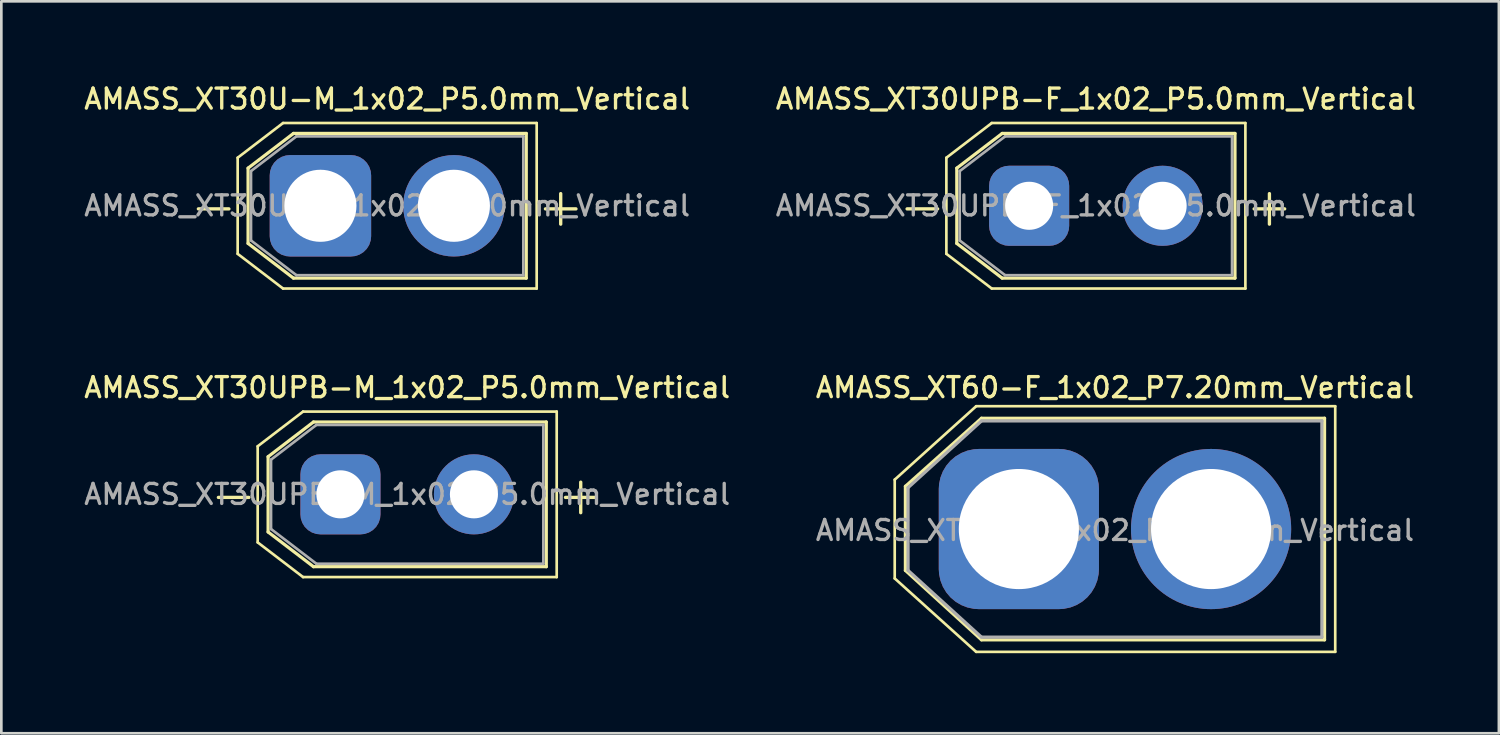
<source format=kicad_pcb>
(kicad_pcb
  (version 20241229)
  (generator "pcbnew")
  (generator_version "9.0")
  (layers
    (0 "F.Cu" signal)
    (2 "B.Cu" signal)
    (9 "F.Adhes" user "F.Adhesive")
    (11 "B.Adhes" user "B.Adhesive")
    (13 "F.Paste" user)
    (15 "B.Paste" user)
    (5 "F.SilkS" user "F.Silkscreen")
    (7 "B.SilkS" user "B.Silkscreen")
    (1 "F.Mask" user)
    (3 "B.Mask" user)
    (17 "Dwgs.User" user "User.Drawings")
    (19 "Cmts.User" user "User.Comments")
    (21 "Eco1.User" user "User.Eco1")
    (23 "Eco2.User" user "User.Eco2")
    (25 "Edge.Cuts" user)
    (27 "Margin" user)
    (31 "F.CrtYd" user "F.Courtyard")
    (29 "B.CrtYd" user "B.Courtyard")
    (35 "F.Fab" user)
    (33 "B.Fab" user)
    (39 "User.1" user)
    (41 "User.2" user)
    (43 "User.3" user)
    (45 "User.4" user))
  (footprint "AMASS_XT30UPB-F_1x02_P5.0mm_Vertical"
    (layer "F.Cu")
    (at 35.498 4.658)
    (property "Reference" "AMASS_XT30UPB-F_1x02_P5.0mm_Vertical" (at 2.5 -4 0) (layer "F.SilkS") (effects (font (size 0.75 0.75) (thickness 0.125))))
    (attr through_hole)
    (fp_line (start -3.1 -1.8) (end -3.1 1.8) (stroke (width 0.1) (type solid)) (layer "F.SilkS"))
    (fp_line (start -3.1 -1.8) (end -1.4 -3.1) (stroke (width 0.1) (type solid)) (layer "F.SilkS"))
    (fp_line (start -3.1 1.8) (end -1.4 3.1) (stroke (width 0.1) (type solid)) (layer "F.SilkS"))
    (fp_line (start -2.71 -1.41) (end -2.71 1.41) (stroke (width 0.12) (type solid)) (layer "F.SilkS"))
    (fp_line (start -2.71 -1.41) (end -1.01 -2.71) (stroke (width 0.12) (type solid)) (layer "F.SilkS"))
    (fp_line (start -2.71 1.41) (end -1.01 2.71) (stroke (width 0.12) (type solid)) (layer "F.SilkS"))
    (fp_line (start -1.4 -3.1) (end 8.1 -3.1) (stroke (width 0.1) (type solid)) (layer "F.SilkS"))
    (fp_line (start -1.4 3.1) (end 8.1 3.1) (stroke (width 0.1) (type solid)) (layer "F.SilkS"))
    (fp_line (start -1.01 -2.71) (end 7.71 -2.71) (stroke (width 0.12) (type solid)) (layer "F.SilkS"))
    (fp_line (start -1.01 2.71) (end 7.71 2.71) (stroke (width 0.12) (type solid)) (layer "F.SilkS"))
    (fp_line (start 7.71 -2.71) (end 7.71 2.71) (stroke (width 0.12) (type solid)) (layer "F.SilkS"))
    (fp_line (start 8.1 -3.1) (end 8.1 3.1) (stroke (width 0.1) (type solid)) (layer "F.SilkS"))
    (fp_line (start -2.6 -1.3) (end -2.6 1.3) (stroke (width 0.1) (type solid)) (layer "F.Fab"))
    (fp_line (start -2.6 -1.3) (end -0.9 -2.6) (stroke (width 0.1) (type solid)) (layer "F.Fab"))
    (fp_line (start -2.6 1.3) (end -0.9 2.6) (stroke (width 0.1) (type solid)) (layer "F.Fab"))
    (fp_line (start -0.9 -2.6) (end 7.6 -2.6) (stroke (width 0.1) (type solid)) (layer "F.Fab"))
    (fp_line (start -0.9 2.6) (end 7.6 2.6) (stroke (width 0.1) (type solid)) (layer "F.Fab"))
    (fp_line (start 7.6 -2.6) (end 7.6 2.6) (stroke (width 0.1) (type solid)) (layer "F.Fab"))
    (fp_text user "-" (at -4 0 0) (layer "F.SilkS") (effects (font (size 1.5 1.5) (thickness 0.125))))
    (fp_text user "+" (at 9 0 0) (layer "F.SilkS") (effects (font (size 1.5 1.5) (thickness 0.125))))
    (fp_text user "${REFERENCE}" (at 2.5 0 0) (layer "F.Fab") (effects (font (size 0.75 0.75) (thickness 0.125))))
    (pad "1" thru_hole roundrect (at 0 0) (size 3 3) (drill 1.8) (layers "*.Cu" "*.Mask") (roundrect_rratio 0.25))
    (pad "2" thru_hole circle (at 5 0) (size 3 3) (drill 1.8) (layers "*.Cu" "*.Mask")))
  (footprint "AMASS_XT30U-M_1x02_P5.0mm_Vertical"
    (layer "F.Cu")
    (at 8.952 4.658)
    (property "Reference" "AMASS_XT30U-M_1x02_P5.0mm_Vertical" (at 2.5 -4 0) (layer "F.SilkS") (effects (font (size 0.75 0.75) (thickness 0.125))))
    (attr through_hole)
    (fp_line (start -3.1 -1.8) (end -3.1 1.8) (stroke (width 0.1) (type solid)) (layer "F.SilkS"))
    (fp_line (start -3.1 -1.8) (end -1.4 -3.1) (stroke (width 0.1) (type solid)) (layer "F.SilkS"))
    (fp_line (start -3.1 1.8) (end -1.4 3.1) (stroke (width 0.1) (type solid)) (layer "F.SilkS"))
    (fp_line (start -2.71 -1.41) (end -2.71 1.41) (stroke (width 0.12) (type solid)) (layer "F.SilkS"))
    (fp_line (start -2.71 -1.41) (end -1.01 -2.71) (stroke (width 0.12) (type solid)) (layer "F.SilkS"))
    (fp_line (start -2.71 1.41) (end -1.01 2.71) (stroke (width 0.12) (type solid)) (layer "F.SilkS"))
    (fp_line (start -1.4 -3.1) (end 8.1 -3.1) (stroke (width 0.1) (type solid)) (layer "F.SilkS"))
    (fp_line (start -1.4 3.1) (end 8.1 3.1) (stroke (width 0.1) (type solid)) (layer "F.SilkS"))
    (fp_line (start -1.01 -2.71) (end 7.71 -2.71) (stroke (width 0.12) (type solid)) (layer "F.SilkS"))
    (fp_line (start -1.01 2.71) (end 7.71 2.71) (stroke (width 0.12) (type solid)) (layer "F.SilkS"))
    (fp_line (start 7.71 -2.71) (end 7.71 2.71) (stroke (width 0.12) (type solid)) (layer "F.SilkS"))
    (fp_line (start 8.1 -3.1) (end 8.1 3.1) (stroke (width 0.1) (type solid)) (layer "F.SilkS"))
    (fp_line (start -2.6 -1.3) (end -2.6 1.3) (stroke (width 0.1) (type solid)) (layer "F.Fab"))
    (fp_line (start -2.6 -1.3) (end -0.9 -2.6) (stroke (width 0.1) (type solid)) (layer "F.Fab"))
    (fp_line (start -2.6 1.3) (end -0.9 2.6) (stroke (width 0.1) (type solid)) (layer "F.Fab"))
    (fp_line (start -0.9 -2.6) (end 7.6 -2.6) (stroke (width 0.1) (type solid)) (layer "F.Fab"))
    (fp_line (start -0.9 2.6) (end 7.6 2.6) (stroke (width 0.1) (type solid)) (layer "F.Fab"))
    (fp_line (start 7.6 -2.6) (end 7.6 2.6) (stroke (width 0.1) (type solid)) (layer "F.Fab"))
    (fp_text user "+" (at 9 0 0) (layer "F.SilkS") (effects (font (size 1.5 1.5) (thickness 0.125))))
    (fp_text user "-" (at -4 0 0) (layer "F.SilkS") (effects (font (size 1.5 1.5) (thickness 0.125))))
    (fp_text user "${REFERENCE}" (at 2.5 0 0) (layer "F.Fab") (effects (font (size 0.75 0.75) (thickness 0.125))))
    (pad "1" thru_hole roundrect (at 0 0) (size 3.8 3.8) (drill 2.7) (layers "*.Cu" "*.Mask") (roundrect_rratio 0.2))
    (pad "2" thru_hole circle (at 5 0) (size 3.8 3.8) (drill 2.7) (layers "*.Cu" "*.Mask")))
  (footprint "AMASS_XT60-F_1x02_P7.20mm_Vertical"
    (layer "F.Cu")
    (at 35.113 16.766)
    (property "Reference" "AMASS_XT60-F_1x02_P7.20mm_Vertical" (at 3.6 -5.3 180) (layer "F.SilkS") (effects (font (size 0.75 0.75) (thickness 0.125))))
    (attr through_hole)
    (fp_line (start -4.65 -1.85) (end -1.6 -4.6) (stroke (width 0.1) (type solid)) (layer "F.SilkS"))
    (fp_line (start -4.65 1.85) (end -4.65 -1.85) (stroke (width 0.1) (type solid)) (layer "F.SilkS"))
    (fp_line (start -4.25 -1.6) (end -4.25 1.55) (stroke (width 0.12) (type solid)) (layer "F.SilkS"))
    (fp_line (start -4.25 1.55) (end -1.4 4.15) (stroke (width 0.12) (type solid)) (layer "F.SilkS"))
    (fp_line (start -1.6 -4.6) (end 11.85 -4.6) (stroke (width 0.1) (type solid)) (layer "F.SilkS"))
    (fp_line (start -1.6 4.6) (end -4.65 1.85) (stroke (width 0.1) (type solid)) (layer "F.SilkS"))
    (fp_line (start -1.4 -4.15) (end -4.25 -1.6) (stroke (width 0.12) (type solid)) (layer "F.SilkS"))
    (fp_line (start -1.4 4.15) (end 11.45 4.15) (stroke (width 0.12) (type solid)) (layer "F.SilkS"))
    (fp_line (start 11.45 -4.15) (end -1.4 -4.15) (stroke (width 0.12) (type solid)) (layer "F.SilkS"))
    (fp_line (start 11.45 4.15) (end 11.45 -4.15) (stroke (width 0.12) (type solid)) (layer "F.SilkS"))
    (fp_line (start 11.85 -4.6) (end 11.85 4.6) (stroke (width 0.1) (type solid)) (layer "F.SilkS"))
    (fp_line (start 11.85 4.6) (end -1.6 4.6) (stroke (width 0.1) (type solid)) (layer "F.SilkS"))
    (fp_line (start -4.15 -1.55) (end -4.15 1.55) (stroke (width 0.12) (type solid)) (layer "F.Fab"))
    (fp_line (start -4.15 1.55) (end -1.4 4.05) (stroke (width 0.12) (type solid)) (layer "F.Fab"))
    (fp_line (start -1.4 -4.05) (end -4.15 -1.55) (stroke (width 0.12) (type solid)) (layer "F.Fab"))
    (fp_line (start -1.4 4.05) (end 11.35 4.05) (stroke (width 0.12) (type solid)) (layer "F.Fab"))
    (fp_line (start 11.35 -4.05) (end -1.4 -4.05) (stroke (width 0.12) (type solid)) (layer "F.Fab"))
    (fp_line (start 11.35 4.05) (end 11.35 -4.05) (stroke (width 0.12) (type solid)) (layer "F.Fab"))
    (fp_text user "${REFERENCE}" (at 3.6 0.05 0) (layer "F.Fab") (effects (font (size 0.75 0.75) (thickness 0.125))))
    (pad "1" thru_hole roundrect (at 0 0) (size 6 6) (drill 4.5) (layers "*.Cu" "*.Mask") (roundrect_rratio 0.25))
    (pad "2" thru_hole circle (at 7.2 0) (size 6 6) (drill 4.5) (layers "*.Cu" "*.Mask")))
  (footprint "AMASS_XT30UPB-M_1x02_P5.0mm_Vertical"
    (layer "F.Cu")
    (at 9.702 15.466)
    (property "Reference" "AMASS_XT30UPB-M_1x02_P5.0mm_Vertical" (at 2.5 -4 0) (layer "F.SilkS") (effects (font (size 0.75 0.75) (thickness 0.125))))
    (attr through_hole)
    (fp_line (start -3.1 -1.8) (end -3.1 1.8) (stroke (width 0.1) (type solid)) (layer "F.SilkS"))
    (fp_line (start -3.1 -1.8) (end -1.4 -3.1) (stroke (width 0.1) (type solid)) (layer "F.SilkS"))
    (fp_line (start -3.1 1.8) (end -1.4 3.1) (stroke (width 0.1) (type solid)) (layer "F.SilkS"))
    (fp_line (start -2.71 -1.41) (end -2.71 1.41) (stroke (width 0.12) (type solid)) (layer "F.SilkS"))
    (fp_line (start -2.71 -1.41) (end -1.01 -2.71) (stroke (width 0.12) (type solid)) (layer "F.SilkS"))
    (fp_line (start -2.71 1.41) (end -1.01 2.71) (stroke (width 0.12) (type solid)) (layer "F.SilkS"))
    (fp_line (start -1.4 -3.1) (end 8.1 -3.1) (stroke (width 0.1) (type solid)) (layer "F.SilkS"))
    (fp_line (start -1.4 3.1) (end 8.1 3.1) (stroke (width 0.1) (type solid)) (layer "F.SilkS"))
    (fp_line (start -1.01 -2.71) (end 7.71 -2.71) (stroke (width 0.12) (type solid)) (layer "F.SilkS"))
    (fp_line (start -1.01 2.71) (end 7.71 2.71) (stroke (width 0.12) (type solid)) (layer "F.SilkS"))
    (fp_line (start 7.71 -2.71) (end 7.71 2.71) (stroke (width 0.12) (type solid)) (layer "F.SilkS"))
    (fp_line (start 8.1 -3.1) (end 8.1 3.1) (stroke (width 0.1) (type solid)) (layer "F.SilkS"))
    (fp_line (start -2.6 -1.3) (end -2.6 1.3) (stroke (width 0.1) (type solid)) (layer "F.Fab"))
    (fp_line (start -2.6 -1.3) (end -0.9 -2.6) (stroke (width 0.1) (type solid)) (layer "F.Fab"))
    (fp_line (start -2.6 1.3) (end -0.9 2.6) (stroke (width 0.1) (type solid)) (layer "F.Fab"))
    (fp_line (start -0.9 -2.6) (end 7.6 -2.6) (stroke (width 0.1) (type solid)) (layer "F.Fab"))
    (fp_line (start -0.9 2.6) (end 7.6 2.6) (stroke (width 0.1) (type solid)) (layer "F.Fab"))
    (fp_line (start 7.6 -2.6) (end 7.6 2.6) (stroke (width 0.1) (type solid)) (layer "F.Fab"))
    (fp_text user "+" (at 9 0 0) (layer "F.SilkS") (effects (font (size 1.5 1.5) (thickness 0.125))))
    (fp_text user "-" (at -4 0 0) (layer "F.SilkS") (effects (font (size 1.5 1.5) (thickness 0.125))))
    (fp_text user "${REFERENCE}" (at 2.5 0 0) (layer "F.Fab") (effects (font (size 0.75 0.75) (thickness 0.125))))
    (pad "1" thru_hole roundrect (at 0 0) (size 3 3) (drill 1.8) (layers "*.Cu" "*.Mask") (roundrect_rratio 0.25))
    (pad "2" thru_hole circle (at 5 0) (size 3 3) (drill 1.8) (layers "*.Cu" "*.Mask")))
  (gr_rect
    (start -3 -3)
    (end 53.093 24.416)
    (stroke (width 0.1) (type default))
    (fill no)
    (layer "Edge.Cuts")))
</source>
